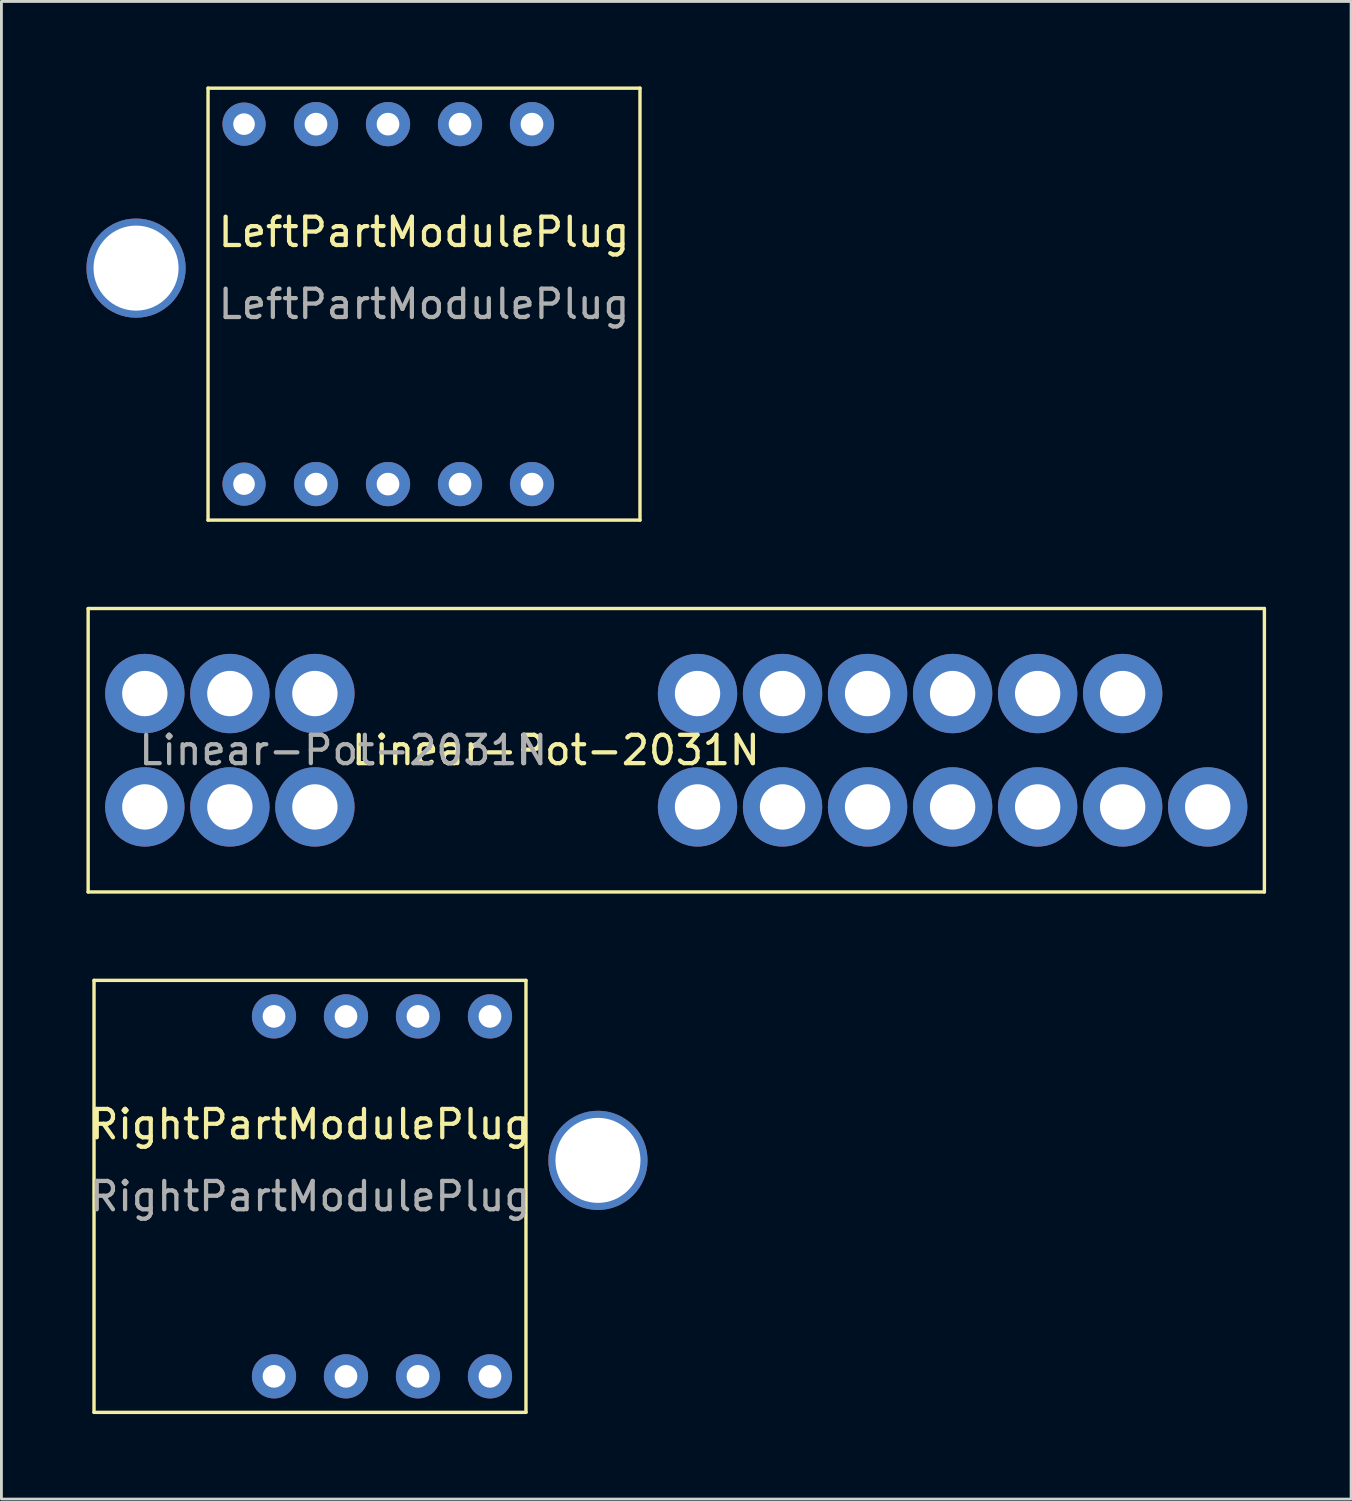
<source format=kicad_pcb>
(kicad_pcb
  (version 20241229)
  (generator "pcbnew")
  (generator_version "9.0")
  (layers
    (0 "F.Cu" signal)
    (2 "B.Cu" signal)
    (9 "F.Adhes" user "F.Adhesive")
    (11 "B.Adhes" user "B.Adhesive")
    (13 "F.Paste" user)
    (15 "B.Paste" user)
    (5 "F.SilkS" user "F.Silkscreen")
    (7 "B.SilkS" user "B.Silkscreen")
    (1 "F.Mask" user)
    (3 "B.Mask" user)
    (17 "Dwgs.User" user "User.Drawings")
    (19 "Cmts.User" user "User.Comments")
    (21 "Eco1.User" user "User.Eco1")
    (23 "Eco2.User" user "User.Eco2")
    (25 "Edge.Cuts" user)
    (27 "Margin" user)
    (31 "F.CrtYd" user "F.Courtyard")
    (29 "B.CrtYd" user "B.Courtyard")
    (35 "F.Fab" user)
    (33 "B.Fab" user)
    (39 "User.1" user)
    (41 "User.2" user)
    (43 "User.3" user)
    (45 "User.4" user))
  (footprint "RightPartModulePlug"
    (layer "F.Cu")
    (at 7.887 37.89)
    (property "Reference" "RightPartModulePlug" (at 0 -1.27 0) (unlocked yes) (layer "F.SilkS") (effects (font (size 1 1) (thickness 0.15))))
    (attr exclude_from_pos_files exclude_from_bom)
    (fp_line (start -7.62 -6.35) (end -7.62 8.89) (stroke (width 0.12) (type solid)) (layer "F.SilkS"))
    (fp_line (start 7.62 -6.35) (end -7.62 -6.35) (stroke (width 0.12) (type solid)) (layer "F.SilkS"))
    (fp_line (start 7.62 -6.35) (end 7.62 8.89) (stroke (width 0.12) (type solid)) (layer "F.SilkS"))
    (fp_line (start 7.62 8.89) (end -7.62 8.89) (stroke (width 0.12) (type solid)) (layer "F.SilkS"))
    (fp_text user "${REFERENCE}" (at 0 1.27 0) (unlocked yes) (layer "F.Fab") (effects (font (size 1 1) (thickness 0.15))))
    (pad "" np_thru_hole circle (at 10.16 0) (size 3.5 3.5) (drill 3) (layers "*.Cu" "*.Mask"))
    (pad "1" thru_hole circle (at -1.27 7.62) (size 1.56 1.56) (drill 0.8) (layers "*.Cu" "*.Mask"))
    (pad "2" thru_hole circle (at 1.27 7.62) (size 1.56 1.56) (drill 0.8) (layers "*.Cu" "*.Mask"))
    (pad "3" thru_hole circle (at 3.81 7.62) (size 1.56 1.56) (drill 0.8) (layers "*.Cu" "*.Mask"))
    (pad "3" thru_hole circle (at 6.35 7.62) (size 1.56 1.56) (drill 0.8) (layers "*.Cu" "*.Mask"))
    (pad "4" thru_hole circle (at -1.27 -5.08) (size 1.56 1.56) (drill 0.8) (layers "*.Cu" "*.Mask"))
    (pad "5" thru_hole circle (at 1.27 -5.08) (size 1.56 1.56) (drill 0.8) (layers "*.Cu" "*.Mask"))
    (pad "6" thru_hole circle (at 3.81 -5.08) (size 1.56 1.56) (drill 0.8) (layers "*.Cu" "*.Mask"))
    (pad "6" thru_hole circle (at 6.35 -5.08) (size 1.56 1.56) (drill 0.8) (layers "*.Cu" "*.Mask")))
  (footprint "LeftPartModulePlug"
    (layer "F.Cu")
    (at 11.91 6.41)
    (property "Reference" "LeftPartModulePlug" (at 0 -1.27 0) (unlocked yes) (layer "F.SilkS") (effects (font (size 1 1) (thickness 0.15))))
    (attr exclude_from_pos_files exclude_from_bom)
    (fp_line (start -7.62 -6.35) (end -7.62 8.89) (stroke (width 0.12) (type solid)) (layer "F.SilkS"))
    (fp_line (start 7.62 -6.35) (end -7.62 -6.35) (stroke (width 0.12) (type solid)) (layer "F.SilkS"))
    (fp_line (start 7.62 -6.35) (end 7.62 8.89) (stroke (width 0.12) (type solid)) (layer "F.SilkS"))
    (fp_line (start 7.62 8.89) (end -7.62 8.89) (stroke (width 0.12) (type solid)) (layer "F.SilkS"))
    (fp_text user "${REFERENCE}" (at 0 1.27 0) (unlocked yes) (layer "F.Fab") (effects (font (size 1 1) (thickness 0.15))))
    (pad "" np_thru_hole circle (at -10.16 0) (size 3.5 3.5) (drill 3) (layers "*.Cu" "*.Mask"))
    (pad "1" thru_hole circle (at -3.81 7.62) (size 1.56 1.56) (drill 0.8) (layers "*.Cu" "*.Mask"))
    (pad "1" thru_hole circle (at -1.27 7.62) (size 1.56 1.56) (drill 0.8) (layers "*.Cu" "*.Mask"))
    (pad "2" thru_hole circle (at 1.27 7.62) (size 1.56 1.56) (drill 0.8) (layers "*.Cu" "*.Mask"))
    (pad "3" thru_hole circle (at 3.81 7.62) (size 1.56 1.56) (drill 0.8) (layers "*.Cu" "*.Mask"))
    (pad "4" thru_hole circle (at -3.81 -5.08) (size 1.56 1.56) (drill 0.8) (layers "*.Cu" "*.Mask"))
    (pad "4" thru_hole circle (at -1.27 -5.08) (size 1.56 1.56) (drill 0.8) (layers "*.Cu" "*.Mask"))
    (pad "5" thru_hole circle (at 1.27 -5.08) (size 1.56 1.56) (drill 0.8) (layers "*.Cu" "*.Mask"))
    (pad "6" thru_hole circle (at 3.81 -5.08) (size 1.56 1.56) (drill 0.8) (layers "*.Cu" "*.Mask"))
    (pad "7" thru_hole circle (at -6.35 -5.08) (size 1.524 1.524) (drill 0.762) (layers "*.Cu" "*.Mask"))
    (pad "8" thru_hole circle (at -6.35 7.62) (size 1.524 1.524) (drill 0.762) (layers "*.Cu" "*.Mask")))
  (footprint "Linear-Pot-2031N"
    (layer "F.Cu")
    (at 2.06 25.42)
    (property "Reference" "Linear-Pot-2031N" (at 14.5 -2 0) (unlocked yes) (layer "F.SilkS") (effects (font (size 1 1) (thickness 0.15))))
    (attr smd)
    (fp_line (start -2 -7) (end 39.5 -7) (stroke (width 0.12) (type solid)) (layer "F.SilkS"))
    (fp_line (start -2 3) (end -2 -7) (stroke (width 0.12) (type solid)) (layer "F.SilkS"))
    (fp_line (start 39.5 -7) (end 39.5 3) (stroke (width 0.12) (type solid)) (layer "F.SilkS"))
    (fp_line (start 39.5 3) (end -2 3) (stroke (width 0.12) (type solid)) (layer "F.SilkS"))
    (fp_text user "${REFERENCE}" (at 7 -2 0) (unlocked yes) (layer "F.Fab") (effects (font (size 1 1) (thickness 0.15))))
    (pad "1" thru_hole circle (at 0 0) (size 2.8 2.8) (drill 1.6) (layers "*.Cu" "B.Mask"))
    (pad "1" thru_hole circle (at 3 0) (size 2.8 2.8) (drill 1.6) (layers "*.Cu" "B.Mask"))
    (pad "1" thru_hole circle (at 6 0) (size 2.8 2.8) (drill 1.6) (layers "*.Cu" "B.Mask"))
    (pad "2" thru_hole circle (at 0 -4) (size 2.8 2.8) (drill 1.6) (layers "*.Cu" "B.Mask"))
    (pad "2" thru_hole circle (at 3 -4) (size 2.8 2.8) (drill 1.6) (layers "*.Cu" "B.Mask"))
    (pad "2" thru_hole circle (at 6 -4) (size 2.8 2.8) (drill 1.6) (layers "*.Cu" "B.Mask"))
    (pad "3" thru_hole circle (at 19.5 -4) (size 2.8 2.8) (drill 1.6) (layers "*.Cu" "B.Mask"))
    (pad "3" thru_hole circle (at 19.5 0) (size 2.8 2.8) (drill 1.6) (layers "*.Cu" "B.Mask"))
    (pad "3" thru_hole circle (at 22.5 -4) (size 2.8 2.8) (drill 1.6) (layers "*.Cu" "B.Mask"))
    (pad "3" thru_hole circle (at 22.5 0) (size 2.8 2.8) (drill 1.6) (layers "*.Cu" "B.Mask"))
    (pad "3" thru_hole circle (at 25.5 -4) (size 2.8 2.8) (drill 1.6) (layers "*.Cu" "B.Mask"))
    (pad "3" thru_hole circle (at 25.5 0) (size 2.8 2.8) (drill 1.6) (layers "*.Cu" "B.Mask"))
    (pad "3" thru_hole circle (at 28.5 -4) (size 2.8 2.8) (drill 1.6) (layers "*.Cu" "B.Mask"))
    (pad "3" thru_hole circle (at 28.5 0) (size 2.8 2.8) (drill 1.6) (layers "*.Cu" "B.Mask"))
    (pad "3" thru_hole circle (at 31.5 -4) (size 2.8 2.8) (drill 1.6) (layers "*.Cu" "B.Mask"))
    (pad "3" thru_hole circle (at 31.5 0) (size 2.8 2.8) (drill 1.6) (layers "*.Cu" "B.Mask"))
    (pad "3" thru_hole circle (at 34.5 -4) (size 2.8 2.8) (drill 1.6) (layers "*.Cu" "B.Mask"))
    (pad "3" thru_hole circle (at 34.5 0) (size 2.8 2.8) (drill 1.6) (layers "*.Cu" "B.Mask"))
    (pad "3" thru_hole circle (at 37.5 0) (size 2.8 2.8) (drill 1.6) (layers "*.Cu" "B.Mask")))
  (gr_rect
    (start -3 -3)
    (end 44.62 49.84)
    (stroke (width 0.1) (type default))
    (fill no)
    (layer "Edge.Cuts")))
</source>
